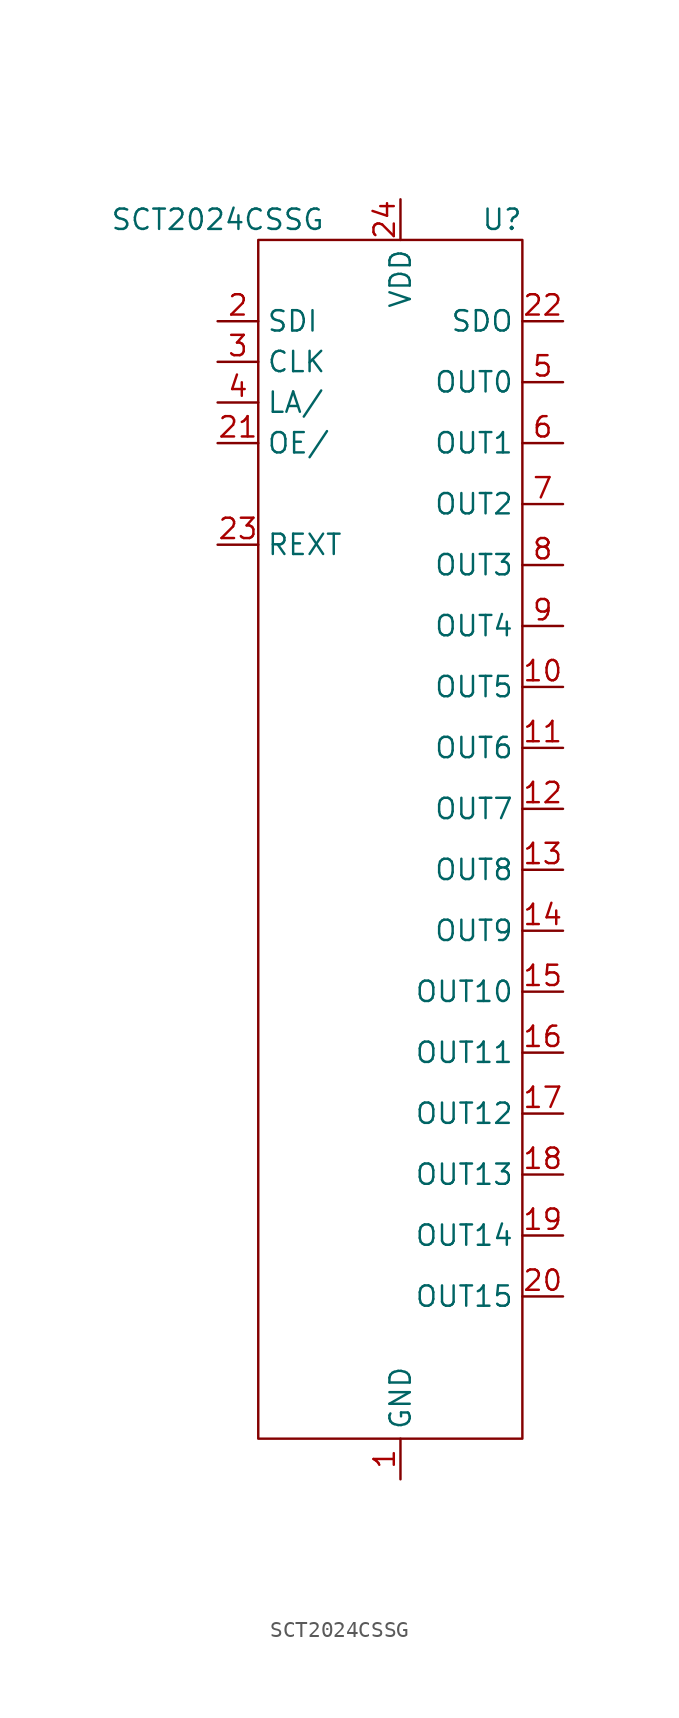
<source format=kicad_sym>
(kicad_symbol_lib
  (version 20211014)
  (generator kicad_symbol_editor)
  (symbol "SCT2024CSSG"
    (property "Reference" "U"
      (at 6.35 2.54 0)
      (effects (font (size 1.27 1.27))))
    (property "Value" "SCT2024CSSG"
      (at -11.43 2.54 0)
      (effects (font (size 1.27 1.27))))
    (symbol "SCT2024CSSG_0_1"
      (rectangle (start -8.89 1.27) (end 7.62 -73.66) (stroke (width 0) (type default) (color 0 0 0 0)) (fill (type none))))
    (symbol "SCT2024CSSG_1_1"
      (pin power_in line (at 0 -76.2 90) (length 2.54) (name "GND" (effects (font (size 1.27 1.27)))) (number "1" (effects (font (size 1.27 1.27)))))
      (pin output line (at 10.16 -26.67 180) (length 2.54) (name "OUT5" (effects (font (size 1.27 1.27)))) (number "10" (effects (font (size 1.27 1.27)))))
      (pin output line (at 10.16 -30.48 180) (length 2.54) (name "OUT6" (effects (font (size 1.27 1.27)))) (number "11" (effects (font (size 1.27 1.27)))))
      (pin output line (at 10.16 -34.29 180) (length 2.54) (name "OUT7" (effects (font (size 1.27 1.27)))) (number "12" (effects (font (size 1.27 1.27)))))
      (pin output line (at 10.16 -38.1 180) (length 2.54) (name "OUT8" (effects (font (size 1.27 1.27)))) (number "13" (effects (font (size 1.27 1.27)))))
      (pin output line (at 10.16 -41.91 180) (length 2.54) (name "OUT9" (effects (font (size 1.27 1.27)))) (number "14" (effects (font (size 1.27 1.27)))))
      (pin output line (at 10.16 -45.72 180) (length 2.54) (name "OUT10" (effects (font (size 1.27 1.27)))) (number "15" (effects (font (size 1.27 1.27)))))
      (pin output line (at 10.16 -49.53 180) (length 2.54) (name "OUT11" (effects (font (size 1.27 1.27)))) (number "16" (effects (font (size 1.27 1.27)))))
      (pin output line (at 10.16 -53.34 180) (length 2.54) (name "OUT12" (effects (font (size 1.27 1.27)))) (number "17" (effects (font (size 1.27 1.27)))))
      (pin output line (at 10.16 -57.15 180) (length 2.54) (name "OUT13" (effects (font (size 1.27 1.27)))) (number "18" (effects (font (size 1.27 1.27)))))
      (pin output line (at 10.16 -60.96 180) (length 2.54) (name "OUT14" (effects (font (size 1.27 1.27)))) (number "19" (effects (font (size 1.27 1.27)))))
      (pin input line (at -11.43 -3.81 0) (length 2.54) (name "SDI" (effects (font (size 1.27 1.27)))) (number "2" (effects (font (size 1.27 1.27)))))
      (pin output line (at 10.16 -64.77 180) (length 2.54) (name "OUT15" (effects (font (size 1.27 1.27)))) (number "20" (effects (font (size 1.27 1.27)))))
      (pin input line (at -11.43 -11.43 0) (length 2.54) (name "OE/" (effects (font (size 1.27 1.27)))) (number "21" (effects (font (size 1.27 1.27)))))
      (pin output line (at 10.16 -3.81 180) (length 2.54) (name "SDO" (effects (font (size 1.27 1.27)))) (number "22" (effects (font (size 1.27 1.27)))))
      (pin bidirectional line (at -11.43 -17.78 0) (length 2.54) (name "REXT" (effects (font (size 1.27 1.27)))) (number "23" (effects (font (size 1.27 1.27)))))
      (pin power_in line (at 0 3.81 270) (length 2.54) (name "VDD" (effects (font (size 1.27 1.27)))) (number "24" (effects (font (size 1.27 1.27)))))
      (pin input line (at -11.43 -6.35 0) (length 2.54) (name "CLK" (effects (font (size 1.27 1.27)))) (number "3" (effects (font (size 1.27 1.27)))))
      (pin input line (at -11.43 -8.89 0) (length 2.54) (name "LA/" (effects (font (size 1.27 1.27)))) (number "4" (effects (font (size 1.27 1.27)))))
      (pin output line (at 10.16 -7.62 180) (length 2.54) (name "OUT0" (effects (font (size 1.27 1.27)))) (number "5" (effects (font (size 1.27 1.27)))))
      (pin output line (at 10.16 -11.43 180) (length 2.54) (name "OUT1" (effects (font (size 1.27 1.27)))) (number "6" (effects (font (size 1.27 1.27)))))
      (pin output line (at 10.16 -15.24 180) (length 2.54) (name "OUT2" (effects (font (size 1.27 1.27)))) (number "7" (effects (font (size 1.27 1.27)))))
      (pin output line (at 10.16 -19.05 180) (length 2.54) (name "OUT3" (effects (font (size 1.27 1.27)))) (number "8" (effects (font (size 1.27 1.27)))))
      (pin output line (at 10.16 -22.86 180) (length 2.54) (name "OUT4" (effects (font (size 1.27 1.27)))) (number "9" (effects (font (size 1.27 1.27))))))))
</source>
